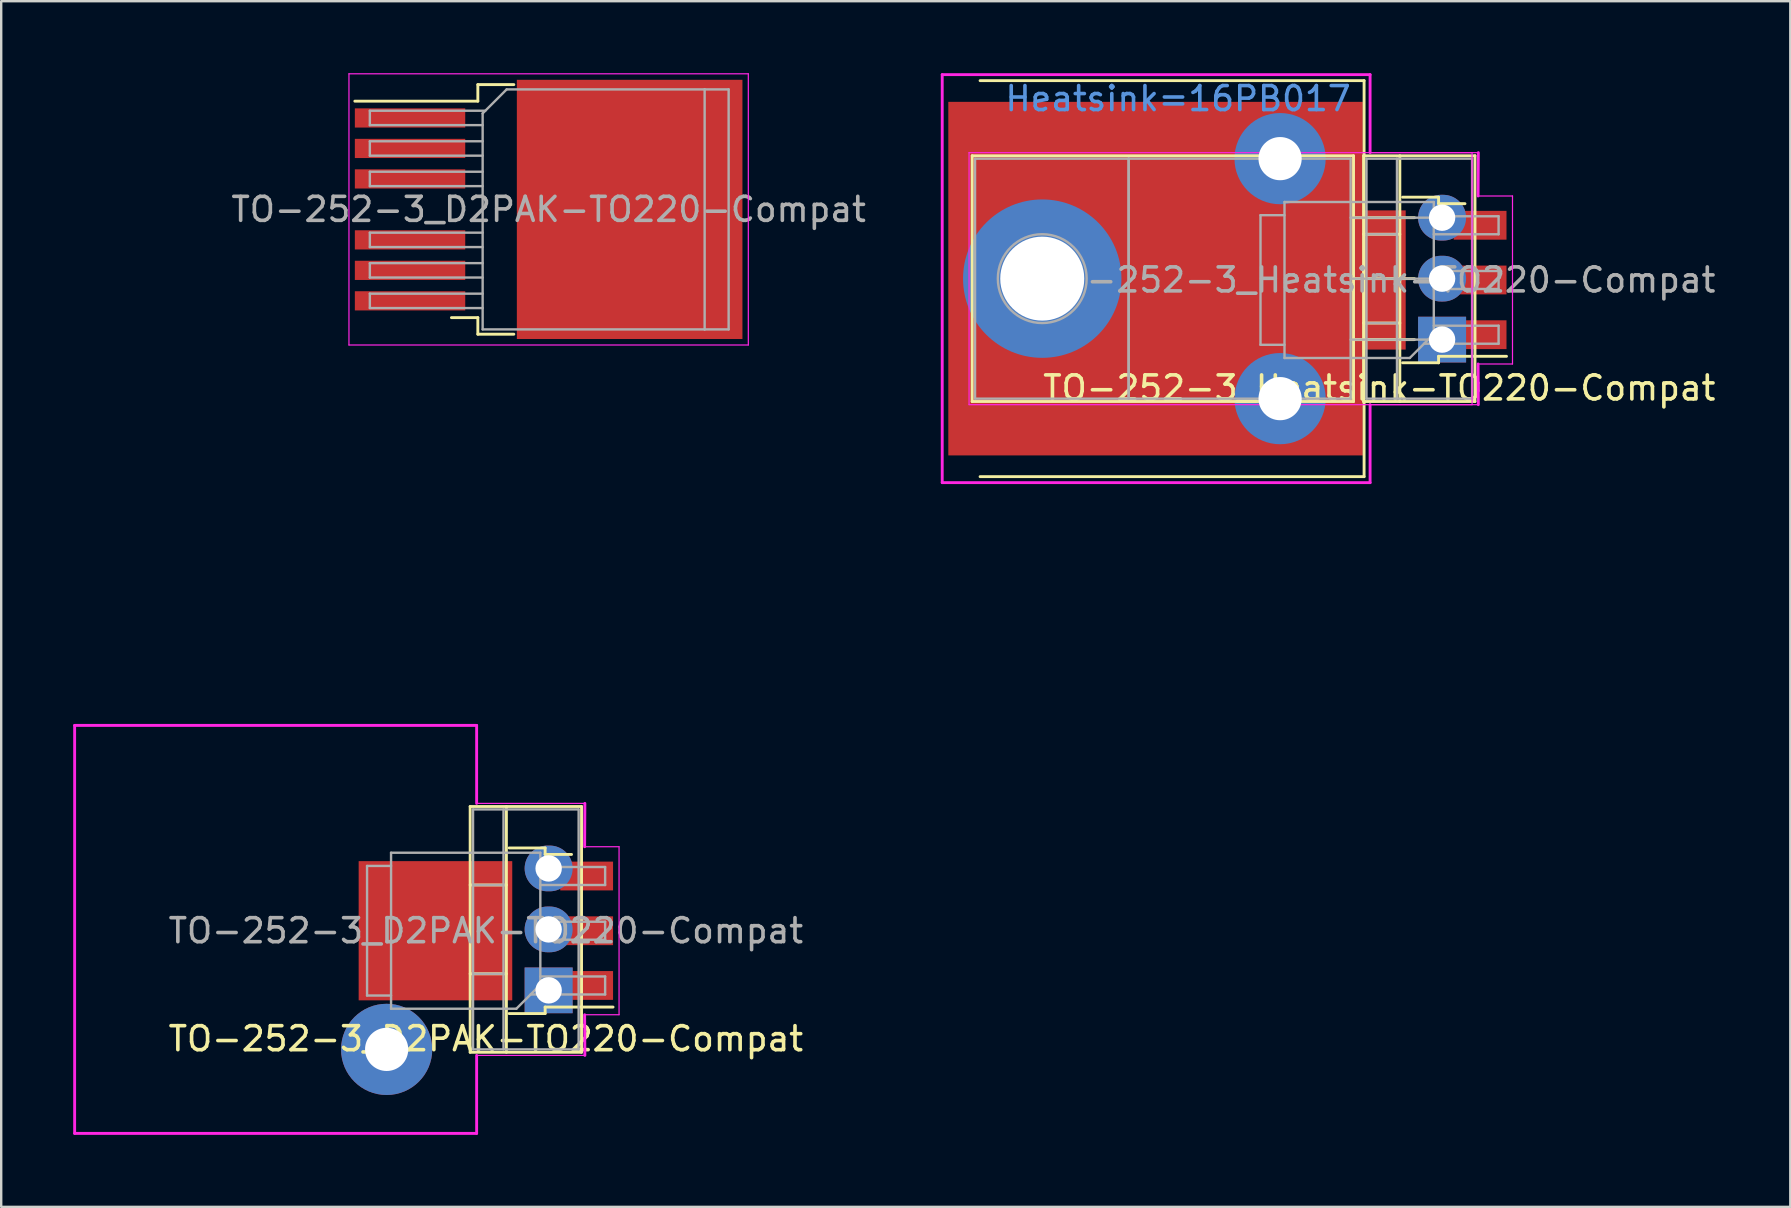
<source format=kicad_pcb>
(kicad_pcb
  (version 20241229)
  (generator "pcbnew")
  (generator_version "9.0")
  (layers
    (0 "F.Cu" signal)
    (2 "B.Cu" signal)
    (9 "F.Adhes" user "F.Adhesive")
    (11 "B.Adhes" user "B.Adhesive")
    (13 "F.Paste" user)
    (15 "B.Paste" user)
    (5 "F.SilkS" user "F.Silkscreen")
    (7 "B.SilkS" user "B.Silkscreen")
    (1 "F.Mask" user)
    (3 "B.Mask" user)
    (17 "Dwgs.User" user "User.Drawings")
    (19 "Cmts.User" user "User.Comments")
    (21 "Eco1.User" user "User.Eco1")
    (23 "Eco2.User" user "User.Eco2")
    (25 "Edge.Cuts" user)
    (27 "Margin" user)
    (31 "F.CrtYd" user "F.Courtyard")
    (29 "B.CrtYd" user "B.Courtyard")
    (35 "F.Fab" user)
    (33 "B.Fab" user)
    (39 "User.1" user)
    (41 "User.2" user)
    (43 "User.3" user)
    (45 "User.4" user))
  (footprint "TO-252-3_Heatsink-TO220-Compat"
    (layer "F.Cu")
    (at 57.037 8.56)
    (property "Reference" "TO-252-3_Heatsink-TO220-Compat" (at -2.616 4.556 180) (layer "F.SilkS") (effects (font (size 1 1) (thickness 0.15))))
    (attr smd)
    (fp_line (start -19.58 -5.12) (end -3.69 -5.12) (stroke (width 0.12) (type solid)) (layer "F.SilkS"))
    (fp_line (start -19.58 5.12) (end -19.58 -5.12) (stroke (width 0.12) (type solid)) (layer "F.SilkS"))
    (fp_line (start -19.58 5.12) (end -3.69 5.12) (stroke (width 0.12) (type solid)) (layer "F.SilkS"))
    (fp_line (start -3.69 -2.54) (end -1.15 -2.54) (stroke (width 0.12) (type solid)) (layer "F.SilkS"))
    (fp_line (start -3.69 0) (end -1.15 0) (stroke (width 0.12) (type solid)) (layer "F.SilkS"))
    (fp_line (start -3.69 2.54) (end -1.15 2.54) (stroke (width 0.12) (type solid)) (layer "F.SilkS"))
    (fp_line (start -3.69 5.12) (end -3.69 -5.12) (stroke (width 0.12) (type solid)) (layer "F.SilkS"))
    (fp_line (start -3.27 -5.12) (end 1.371 -5.12) (stroke (width 0.12) (type solid)) (layer "F.SilkS"))
    (fp_line (start -3.27 -1.851) (end -1.76 -1.851) (stroke (width 0.12) (type solid)) (layer "F.SilkS"))
    (fp_line (start -3.27 1.85) (end -1.76 1.85) (stroke (width 0.12) (type solid)) (layer "F.SilkS"))
    (fp_line (start -3.27 5.12) (end -3.27 -5.12) (stroke (width 0.12) (type solid)) (layer "F.SilkS"))
    (fp_line (start -3.27 5.12) (end 1.371 5.12) (stroke (width 0.12) (type solid)) (layer "F.SilkS"))
    (fp_line (start -3.25 -8.25) (end -19.25 -8.25) (stroke (width 0.12) (type solid)) (layer "F.SilkS"))
    (fp_line (start -3.25 0) (end -3.25 -8.25) (stroke (width 0.12) (type solid)) (layer "F.SilkS"))
    (fp_line (start -3.25 0) (end -3.25 8.25) (stroke (width 0.12) (type solid)) (layer "F.SilkS"))
    (fp_line (start -3.25 8.25) (end -19.25 8.25) (stroke (width 0.12) (type solid)) (layer "F.SilkS"))
    (fp_line (start -1.76 5.12) (end -1.76 -5.12) (stroke (width 0.12) (type solid)) (layer "F.SilkS"))
    (fp_line (start -1.646 -3.394) (end -0.146 -3.394) (stroke (width 0.12) (type solid)) (layer "F.SilkS"))
    (fp_line (start -1.646 3.506) (end -0.146 3.506) (stroke (width 0.12) (type solid)) (layer "F.SilkS"))
    (fp_line (start -0.146 -3.394) (end -0.146 -3.124) (stroke (width 0.12) (type solid)) (layer "F.SilkS"))
    (fp_line (start -0.146 -3.124) (end 0.954 -3.124) (stroke (width 0.12) (type solid)) (layer "F.SilkS"))
    (fp_line (start -0.146 3.236) (end 2.684 3.236) (stroke (width 0.12) (type solid)) (layer "F.SilkS"))
    (fp_line (start -0.146 3.506) (end -0.146 3.236) (stroke (width 0.12) (type solid)) (layer "F.SilkS"))
    (fp_line (start 1.371 5.12) (end 1.371 -5.12) (stroke (width 0.12) (type solid)) (layer "F.SilkS"))
    (fp_line (start -20.828 -8.5) (end -3 -8.5) (stroke (width 0.12) (type solid)) (layer "F.CrtYd"))
    (fp_line (start -20.828 8.5) (end -20.828 -8.5) (stroke (width 0.12) (type solid)) (layer "F.CrtYd"))
    (fp_line (start -19.71 -5.25) (end -19.71 5.25) (stroke (width 0.05) (type solid)) (layer "F.CrtYd"))
    (fp_line (start -19.71 5.25) (end 1.25 5.25) (stroke (width 0.05) (type solid)) (layer "F.CrtYd"))
    (fp_line (start -3 -8.5) (end -3 -5.25) (stroke (width 0.12) (type solid)) (layer "F.CrtYd"))
    (fp_line (start -3 5.25) (end -3 8.5) (stroke (width 0.12) (type solid)) (layer "F.CrtYd"))
    (fp_line (start -3 5.25) (end 1.51 5.25) (stroke (width 0.05) (type solid)) (layer "F.CrtYd"))
    (fp_line (start -3 8.5) (end -20.828 8.5) (stroke (width 0.12) (type solid)) (layer "F.CrtYd"))
    (fp_line (start 1.25 -5.25) (end -19.71 -5.25) (stroke (width 0.05) (type solid)) (layer "F.CrtYd"))
    (fp_line (start 1.25 5.25) (end 1.25 -5.25) (stroke (width 0.05) (type solid)) (layer "F.CrtYd"))
    (fp_line (start 1.5 3.556) (end 1.51 5.25) (stroke (width 0.12) (type solid)) (layer "F.CrtYd"))
    (fp_line (start 1.5 3.556) (end 2.934 3.556) (stroke (width 0.05) (type solid)) (layer "F.CrtYd"))
    (fp_line (start 1.51 -5.25) (end -3 -5.25) (stroke (width 0.05) (type solid)) (layer "F.CrtYd"))
    (fp_line (start 1.51 -5.25) (end 1.5 -3.444) (stroke (width 0.12) (type solid)) (layer "F.CrtYd"))
    (fp_line (start 2.934 -3.444) (end 1.5 -3.444) (stroke (width 0.05) (type solid)) (layer "F.CrtYd"))
    (fp_line (start 2.934 3.556) (end 2.934 -3.444) (stroke (width 0.05) (type solid)) (layer "F.CrtYd"))
    (fp_line (start -19.46 -5) (end -13.06 -5) (stroke (width 0.1) (type solid)) (layer "F.Fab"))
    (fp_line (start -19.46 5) (end -19.46 -5) (stroke (width 0.1) (type solid)) (layer "F.Fab"))
    (fp_line (start -13.06 -5) (end -13.06 5) (stroke (width 0.1) (type solid)) (layer "F.Fab"))
    (fp_line (start -13.06 -5) (end -3.81 -5) (stroke (width 0.1) (type solid)) (layer "F.Fab"))
    (fp_line (start -13.06 5) (end -19.46 5) (stroke (width 0.1) (type solid)) (layer "F.Fab"))
    (fp_line (start -13.06 5) (end -13.06 -5) (stroke (width 0.1) (type solid)) (layer "F.Fab"))
    (fp_line (start -7.566 -2.644) (end -6.566 -2.644) (stroke (width 0.1) (type solid)) (layer "F.Fab"))
    (fp_line (start -7.566 2.756) (end -7.566 -2.644) (stroke (width 0.1) (type solid)) (layer "F.Fab"))
    (fp_line (start -6.566 -3.194) (end -0.346 -3.194) (stroke (width 0.1) (type solid)) (layer "F.Fab"))
    (fp_line (start -6.566 2.756) (end -7.566 2.756) (stroke (width 0.1) (type solid)) (layer "F.Fab"))
    (fp_line (start -6.566 3.306) (end -6.566 -3.194) (stroke (width 0.1) (type solid)) (layer "F.Fab"))
    (fp_line (start -3.81 -5) (end -3.81 5) (stroke (width 0.1) (type solid)) (layer "F.Fab"))
    (fp_line (start -3.81 -2.54) (end 0 -2.54) (stroke (width 0.1) (type solid)) (layer "F.Fab"))
    (fp_line (start -3.81 0) (end 0 0) (stroke (width 0.1) (type solid)) (layer "F.Fab"))
    (fp_line (start -3.81 2.54) (end 0 2.54) (stroke (width 0.1) (type solid)) (layer "F.Fab"))
    (fp_line (start -3.81 5) (end -13.06 5) (stroke (width 0.1) (type solid)) (layer "F.Fab"))
    (fp_line (start -3.15 -5) (end -3.15 5) (stroke (width 0.1) (type solid)) (layer "F.Fab"))
    (fp_line (start -3.15 -1.85) (end -1.88 -1.85) (stroke (width 0.1) (type solid)) (layer "F.Fab"))
    (fp_line (start -3.15 1.85) (end -1.88 1.85) (stroke (width 0.1) (type solid)) (layer "F.Fab"))
    (fp_line (start -3.15 5) (end 1.25 5) (stroke (width 0.1) (type solid)) (layer "F.Fab"))
    (fp_line (start -1.88 5) (end -1.88 -5) (stroke (width 0.1) (type solid)) (layer "F.Fab"))
    (fp_line (start -1.346 3.306) (end -6.566 3.306) (stroke (width 0.1) (type solid)) (layer "F.Fab"))
    (fp_line (start -0.751 2.711) (end 2.354 2.711) (stroke (width 0.1) (type solid)) (layer "F.Fab"))
    (fp_line (start -0.346 -3.194) (end -0.346 2.306) (stroke (width 0.1) (type solid)) (layer "F.Fab"))
    (fp_line (start -0.346 -1.849) (end 2.354 -1.849) (stroke (width 0.1) (type solid)) (layer "F.Fab"))
    (fp_line (start -0.346 0.431) (end 2.354 0.431) (stroke (width 0.1) (type solid)) (layer "F.Fab"))
    (fp_line (start -0.346 2.306) (end -1.346 3.306) (stroke (width 0.1) (type solid)) (layer "F.Fab"))
    (fp_line (start 1.25 -5) (end -3.15 -5) (stroke (width 0.1) (type solid)) (layer "F.Fab"))
    (fp_line (start 1.25 5) (end 1.25 -5) (stroke (width 0.1) (type solid)) (layer "F.Fab"))
    (fp_line (start 2.354 -2.599) (end -0.346 -2.599) (stroke (width 0.1) (type solid)) (layer "F.Fab"))
    (fp_line (start 2.354 -1.849) (end 2.354 -2.599) (stroke (width 0.1) (type solid)) (layer "F.Fab"))
    (fp_line (start 2.354 -0.319) (end -0.346 -0.319) (stroke (width 0.1) (type solid)) (layer "F.Fab"))
    (fp_line (start 2.354 0.431) (end 2.354 -0.319) (stroke (width 0.1) (type solid)) (layer "F.Fab"))
    (fp_line (start 2.354 1.961) (end -0.346 1.961) (stroke (width 0.1) (type solid)) (layer "F.Fab"))
    (fp_line (start 2.354 2.711) (end 2.354 1.961) (stroke (width 0.1) (type solid)) (layer "F.Fab"))
    (fp_circle (center -16.66 0) (end -16.66 -1.85) (stroke (width 0.1) (type solid)) (fill no) (layer "F.Fab"))
    (fp_text user "Heatsink=16PB017" (at -11 -7.5 0) (unlocked yes) (layer "Cmts.User") (effects (font (size 1 1) (thickness 0.15))))
    (fp_text user "${REFERENCE}" (at -2.616 0.056 180) (layer "F.Fab") (effects (font (size 1 1) (thickness 0.15))))
    (pad "" smd rect (at -6.391 -1.469 180) (size 3.05 2.75) (layers "F.Paste"))
    (pad "" smd rect (at -6.391 1.581 180) (size 3.05 2.75) (layers "F.Paste"))
    (pad "" smd rect (at -3.041 -1.469 180) (size 3.05 2.75) (layers "F.Paste"))
    (pad "" smd rect (at -3.041 1.581 180) (size 3.05 2.75) (layers "F.Paste"))
    (pad "1" thru_hole rect (at 0 2.54 90) (size 1.905 2) (drill 1.1) (layers "*.Cu" "*.Mask"))
    (pad "1" smd rect (at 1.584 2.336 180) (size 2.2 1.2) (layers "F.Cu" "F.Mask" "F.Paste"))
    (pad "2" thru_hole circle (at -16.66 0 90) (size 6.6 6.6) (drill 3.5) (layers "*.Cu" "*.Mask"))
    (pad "2" smd rect (at -11.938 0 180) (size 17.272 14.732) (layers "F.Cu" "F.Mask"))
    (pad "2" thru_hole circle (at -6.75 -5) (size 3.8 3.8) (drill 1.8) (layers "*.Cu" "*.Mask"))
    (pad "2" thru_hole circle (at -6.75 5) (size 3.8 3.8) (drill 1.8) (layers "*.Cu" "*.Mask"))
    (pad "2" smd rect (at -4.716 0.056 180) (size 6.4 5.8) (layers "F.Cu" "F.Mask"))
    (pad "2" thru_hole oval (at 0 0 90) (size 1.905 2) (drill 1.1) (layers "*.Cu" "*.Mask"))
    (pad "2" smd rect (at 1.584 0.056 180) (size 2.2 1.2) (layers "F.Cu" "F.Mask" "F.Paste"))
    (pad "3" thru_hole oval (at 0 -2.54 90) (size 1.905 2) (drill 1.1) (layers "*.Cu" "*.Mask"))
    (pad "3" smd rect (at 1.584 -2.224 180) (size 2.2 1.2) (layers "F.Cu" "F.Mask" "F.Paste")))
  (footprint "TO-252-3_D2PAK-TO220-Compat"
    (layer "F.Cu")
    (at 19.81 5.675)
    (property "Reference" "TO-252-3_D2PAK-TO220-Compat" (at -2.616 34.556 180) (layer "F.SilkS") (effects (font (size 1 1) (thickness 0.15))))
    (attr smd)
    (fp_line (start -3.27 24.88) (end 1.371 24.88) (stroke (width 0.12) (type solid)) (layer "F.SilkS"))
    (fp_line (start -3.27 28.149) (end -1.76 28.149) (stroke (width 0.12) (type solid)) (layer "F.SilkS"))
    (fp_line (start -3.27 31.85) (end -1.76 31.85) (stroke (width 0.12) (type solid)) (layer "F.SilkS"))
    (fp_line (start -3.27 35.12) (end -3.27 24.88) (stroke (width 0.12) (type solid)) (layer "F.SilkS"))
    (fp_line (start -3.27 35.12) (end 1.371 35.12) (stroke (width 0.12) (type solid)) (layer "F.SilkS"))
    (fp_line (start -2.95 -5.2) (end -2.95 -4.51) (stroke (width 0.12) (type solid)) (layer "F.SilkS"))
    (fp_line (start -2.95 -4.51) (end -8.075 -4.51) (stroke (width 0.12) (type solid)) (layer "F.SilkS"))
    (fp_line (start -2.95 4.51) (end -4.05 4.51) (stroke (width 0.12) (type solid)) (layer "F.SilkS"))
    (fp_line (start -2.95 5.2) (end -2.95 4.51) (stroke (width 0.12) (type solid)) (layer "F.SilkS"))
    (fp_line (start -1.76 35.12) (end -1.76 24.88) (stroke (width 0.12) (type solid)) (layer "F.SilkS"))
    (fp_line (start -1.646 26.606) (end -0.146 26.606) (stroke (width 0.12) (type solid)) (layer "F.SilkS"))
    (fp_line (start -1.646 33.506) (end -0.146 33.506) (stroke (width 0.12) (type solid)) (layer "F.SilkS"))
    (fp_line (start -1.45 -5.2) (end -2.95 -5.2) (stroke (width 0.12) (type solid)) (layer "F.SilkS"))
    (fp_line (start -1.45 5.2) (end -2.95 5.2) (stroke (width 0.12) (type solid)) (layer "F.SilkS"))
    (fp_line (start -0.146 26.606) (end -0.146 26.876) (stroke (width 0.12) (type solid)) (layer "F.SilkS"))
    (fp_line (start -0.146 26.876) (end 0.954 26.876) (stroke (width 0.12) (type solid)) (layer "F.SilkS"))
    (fp_line (start -0.146 33.236) (end 2.684 33.236) (stroke (width 0.12) (type solid)) (layer "F.SilkS"))
    (fp_line (start -0.146 33.506) (end -0.146 33.236) (stroke (width 0.12) (type solid)) (layer "F.SilkS"))
    (fp_line (start 1.371 35.12) (end 1.371 24.88) (stroke (width 0.12) (type solid)) (layer "F.SilkS"))
    (fp_line (start -19.75 21.5) (end -3 21.5) (stroke (width 0.12) (type solid)) (layer "F.CrtYd"))
    (fp_line (start -19.75 38.5) (end -19.75 21.5) (stroke (width 0.12) (type solid)) (layer "F.CrtYd"))
    (fp_line (start -8.32 -5.65) (end -8.32 5.65) (stroke (width 0.05) (type solid)) (layer "F.CrtYd"))
    (fp_line (start -8.32 5.65) (end 8.32 5.65) (stroke (width 0.05) (type solid)) (layer "F.CrtYd"))
    (fp_line (start -3 21.5) (end -3 24.75) (stroke (width 0.12) (type solid)) (layer "F.CrtYd"))
    (fp_line (start -3 35.25) (end -3 38.5) (stroke (width 0.12) (type solid)) (layer "F.CrtYd"))
    (fp_line (start -3 35.25) (end 1.51 35.25) (stroke (width 0.05) (type solid)) (layer "F.CrtYd"))
    (fp_line (start -3 38.5) (end -19.75 38.5) (stroke (width 0.12) (type solid)) (layer "F.CrtYd"))
    (fp_line (start 1.5 33.556) (end 1.51 35.25) (stroke (width 0.12) (type solid)) (layer "F.CrtYd"))
    (fp_line (start 1.5 33.556) (end 2.934 33.556) (stroke (width 0.05) (type solid)) (layer "F.CrtYd"))
    (fp_line (start 1.51 24.75) (end -3 24.75) (stroke (width 0.05) (type solid)) (layer "F.CrtYd"))
    (fp_line (start 1.51 24.75) (end 1.5 26.556) (stroke (width 0.12) (type solid)) (layer "F.CrtYd"))
    (fp_line (start 2.934 26.556) (end 1.5 26.556) (stroke (width 0.05) (type solid)) (layer "F.CrtYd"))
    (fp_line (start 2.934 33.556) (end 2.934 26.556) (stroke (width 0.05) (type solid)) (layer "F.CrtYd"))
    (fp_line (start 8.32 -5.65) (end -8.32 -5.65) (stroke (width 0.05) (type solid)) (layer "F.CrtYd"))
    (fp_line (start 8.32 5.65) (end 8.32 -5.65) (stroke (width 0.05) (type solid)) (layer "F.CrtYd"))
    (fp_line (start -7.566 27.356) (end -6.566 27.356) (stroke (width 0.1) (type solid)) (layer "F.Fab"))
    (fp_line (start -7.566 32.756) (end -7.566 27.356) (stroke (width 0.1) (type solid)) (layer "F.Fab"))
    (fp_line (start -7.45 -4.11) (end -7.45 -3.51) (stroke (width 0.1) (type solid)) (layer "F.Fab"))
    (fp_line (start -7.45 -3.51) (end -2.75 -3.51) (stroke (width 0.1) (type solid)) (layer "F.Fab"))
    (fp_line (start -7.45 -2.84) (end -7.45 -2.24) (stroke (width 0.1) (type solid)) (layer "F.Fab"))
    (fp_line (start -7.45 -2.24) (end -2.75 -2.24) (stroke (width 0.1) (type solid)) (layer "F.Fab"))
    (fp_line (start -7.45 -1.57) (end -7.45 -0.97) (stroke (width 0.1) (type solid)) (layer "F.Fab"))
    (fp_line (start -7.45 -0.97) (end -2.75 -0.97) (stroke (width 0.1) (type solid)) (layer "F.Fab"))
    (fp_line (start -7.45 0.97) (end -7.45 1.57) (stroke (width 0.1) (type solid)) (layer "F.Fab"))
    (fp_line (start -7.45 1.57) (end -2.75 1.57) (stroke (width 0.1) (type solid)) (layer "F.Fab"))
    (fp_line (start -7.45 2.24) (end -7.45 2.84) (stroke (width 0.1) (type solid)) (layer "F.Fab"))
    (fp_line (start -7.45 2.84) (end -2.75 2.84) (stroke (width 0.1) (type solid)) (layer "F.Fab"))
    (fp_line (start -7.45 3.51) (end -7.45 4.11) (stroke (width 0.1) (type solid)) (layer "F.Fab"))
    (fp_line (start -7.45 4.11) (end -2.75 4.11) (stroke (width 0.1) (type solid)) (layer "F.Fab"))
    (fp_line (start -6.566 26.806) (end -0.346 26.806) (stroke (width 0.1) (type solid)) (layer "F.Fab"))
    (fp_line (start -6.566 32.756) (end -7.566 32.756) (stroke (width 0.1) (type solid)) (layer "F.Fab"))
    (fp_line (start -6.566 33.306) (end -6.566 26.806) (stroke (width 0.1) (type solid)) (layer "F.Fab"))
    (fp_line (start -3.15 25) (end -3.15 35) (stroke (width 0.1) (type solid)) (layer "F.Fab"))
    (fp_line (start -3.15 28.15) (end -1.88 28.15) (stroke (width 0.1) (type solid)) (layer "F.Fab"))
    (fp_line (start -3.15 31.85) (end -1.88 31.85) (stroke (width 0.1) (type solid)) (layer "F.Fab"))
    (fp_line (start -3.15 35) (end 1.25 35) (stroke (width 0.1) (type solid)) (layer "F.Fab"))
    (fp_line (start -2.75 -4) (end -1.75 -5) (stroke (width 0.1) (type solid)) (layer "F.Fab"))
    (fp_line (start -2.75 -2.84) (end -7.45 -2.84) (stroke (width 0.1) (type solid)) (layer "F.Fab"))
    (fp_line (start -2.75 -1.57) (end -7.45 -1.57) (stroke (width 0.1) (type solid)) (layer "F.Fab"))
    (fp_line (start -2.75 0.97) (end -7.45 0.97) (stroke (width 0.1) (type solid)) (layer "F.Fab"))
    (fp_line (start -2.75 2.24) (end -7.45 2.24) (stroke (width 0.1) (type solid)) (layer "F.Fab"))
    (fp_line (start -2.75 3.51) (end -7.45 3.51) (stroke (width 0.1) (type solid)) (layer "F.Fab"))
    (fp_line (start -2.75 5) (end -2.75 -4) (stroke (width 0.1) (type solid)) (layer "F.Fab"))
    (fp_line (start -2.64 -4.11) (end -7.45 -4.11) (stroke (width 0.1) (type solid)) (layer "F.Fab"))
    (fp_line (start -1.88 35) (end -1.88 25) (stroke (width 0.1) (type solid)) (layer "F.Fab"))
    (fp_line (start -1.75 -5) (end 6.5 -5) (stroke (width 0.1) (type solid)) (layer "F.Fab"))
    (fp_line (start -1.346 33.306) (end -6.566 33.306) (stroke (width 0.1) (type solid)) (layer "F.Fab"))
    (fp_line (start -0.751 32.711) (end 2.354 32.711) (stroke (width 0.1) (type solid)) (layer "F.Fab"))
    (fp_line (start -0.346 26.806) (end -0.346 32.306) (stroke (width 0.1) (type solid)) (layer "F.Fab"))
    (fp_line (start -0.346 28.151) (end 2.354 28.151) (stroke (width 0.1) (type solid)) (layer "F.Fab"))
    (fp_line (start -0.346 30.431) (end 2.354 30.431) (stroke (width 0.1) (type solid)) (layer "F.Fab"))
    (fp_line (start -0.346 32.306) (end -1.346 33.306) (stroke (width 0.1) (type solid)) (layer "F.Fab"))
    (fp_line (start 1.25 25) (end -3.15 25) (stroke (width 0.1) (type solid)) (layer "F.Fab"))
    (fp_line (start 1.25 35) (end 1.25 25) (stroke (width 0.1) (type solid)) (layer "F.Fab"))
    (fp_line (start 2.354 27.401) (end -0.346 27.401) (stroke (width 0.1) (type solid)) (layer "F.Fab"))
    (fp_line (start 2.354 28.151) (end 2.354 27.401) (stroke (width 0.1) (type solid)) (layer "F.Fab"))
    (fp_line (start 2.354 29.681) (end -0.346 29.681) (stroke (width 0.1) (type solid)) (layer "F.Fab"))
    (fp_line (start 2.354 30.431) (end 2.354 29.681) (stroke (width 0.1) (type solid)) (layer "F.Fab"))
    (fp_line (start 2.354 31.961) (end -0.346 31.961) (stroke (width 0.1) (type solid)) (layer "F.Fab"))
    (fp_line (start 2.354 32.711) (end 2.354 31.961) (stroke (width 0.1) (type solid)) (layer "F.Fab"))
    (fp_line (start 6.5 -5) (end 6.5 5) (stroke (width 0.1) (type solid)) (layer "F.Fab"))
    (fp_line (start 6.5 -5) (end 7.5 -5) (stroke (width 0.1) (type solid)) (layer "F.Fab"))
    (fp_line (start 6.5 5) (end -2.75 5) (stroke (width 0.1) (type solid)) (layer "F.Fab"))
    (fp_line (start 7.5 -5) (end 7.5 5) (stroke (width 0.1) (type solid)) (layer "F.Fab"))
    (fp_line (start 7.5 5) (end 6.5 5) (stroke (width 0.1) (type solid)) (layer "F.Fab"))
    (fp_text user "${REFERENCE}" (at 0 0 0) (layer "F.Fab") (effects (font (size 1 1) (thickness 0.15))))
    (fp_text user "${REFERENCE}" (at -2.616 30.056 180) (layer "F.Fab") (effects (font (size 1 1) (thickness 0.15))))
    (pad "" smd rect (at -6.391 28.531 180) (size 3.05 2.75) (layers "F.Paste"))
    (pad "" smd rect (at -6.391 31.581 180) (size 3.05 2.75) (layers "F.Paste"))
    (pad "" smd rect (at -3.041 28.531 180) (size 3.05 2.75) (layers "F.Paste"))
    (pad "" smd rect (at -3.041 31.581 180) (size 3.05 2.75) (layers "F.Paste"))
    (pad "" smd rect (at 0.95 -2.775) (size 4.55 5.25) (layers "F.Paste"))
    (pad "" smd rect (at 0.95 2.775) (size 4.55 5.25) (layers "F.Paste"))
    (pad "" smd rect (at 5.8 -2.775) (size 4.55 5.25) (layers "F.Paste"))
    (pad "" smd rect (at 5.8 2.775) (size 4.55 5.25) (layers "F.Paste"))
    (pad "1" smd rect (at -5.775 -3.81) (size 4.6 0.8) (layers "F.Cu" "F.Mask" "F.Paste"))
    (pad "1" thru_hole rect (at 0 32.54 90) (size 1.905 2) (drill 1.1) (layers "*.Cu" "*.Mask"))
    (pad "1" smd rect (at 1.584 32.336 180) (size 2.2 1.2) (layers "F.Cu" "F.Mask" "F.Paste"))
    (pad "2" thru_hole circle (at -6.75 35) (size 3.8 3.8) (drill 1.8) (layers "*.Cu" "*.Mask"))
    (pad "2" smd rect (at -5.775 -2.54) (size 4.6 0.8) (layers "F.Cu" "F.Mask" "F.Paste"))
    (pad "2" smd rect (at -4.716 30.056 180) (size 6.4 5.8) (layers "F.Cu" "F.Mask"))
    (pad "2" thru_hole oval (at 0 30 90) (size 1.905 2) (drill 1.1) (layers "*.Cu" "*.Mask"))
    (pad "2" smd rect (at 1.584 30.056 180) (size 2.2 1.2) (layers "F.Cu" "F.Mask" "F.Paste"))
    (pad "3" smd rect (at -5.775 -1.27) (size 4.6 0.8) (layers "F.Cu" "F.Mask" "F.Paste"))
    (pad "3" thru_hole oval (at 0 27.46 90) (size 1.905 2) (drill 1.1) (layers "*.Cu" "*.Mask"))
    (pad "3" smd rect (at 1.584 27.776 180) (size 2.2 1.2) (layers "F.Cu" "F.Mask" "F.Paste"))
    (pad "4" smd rect (at 3.375 0) (size 9.4 10.8) (layers "F.Cu" "F.Mask"))
    (pad "5" smd rect (at -5.775 1.27) (size 4.6 0.8) (layers "F.Cu" "F.Mask" "F.Paste"))
    (pad "6" smd rect (at -5.775 2.54) (size 4.6 0.8) (layers "F.Cu" "F.Mask" "F.Paste"))
    (pad "7" smd rect (at -5.775 3.81) (size 4.6 0.8) (layers "F.Cu" "F.Mask" "F.Paste")))
  (gr_rect
    (start -3 -3)
    (end 71.546 47.235)
    (stroke (width 0.1) (type default))
    (fill no)
    (layer "Edge.Cuts")))
</source>
